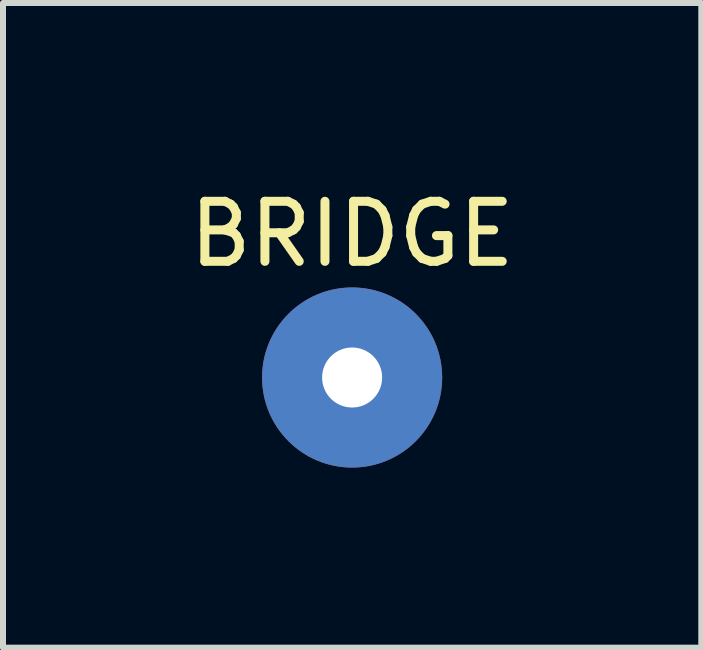
<source format=kicad_pcb>
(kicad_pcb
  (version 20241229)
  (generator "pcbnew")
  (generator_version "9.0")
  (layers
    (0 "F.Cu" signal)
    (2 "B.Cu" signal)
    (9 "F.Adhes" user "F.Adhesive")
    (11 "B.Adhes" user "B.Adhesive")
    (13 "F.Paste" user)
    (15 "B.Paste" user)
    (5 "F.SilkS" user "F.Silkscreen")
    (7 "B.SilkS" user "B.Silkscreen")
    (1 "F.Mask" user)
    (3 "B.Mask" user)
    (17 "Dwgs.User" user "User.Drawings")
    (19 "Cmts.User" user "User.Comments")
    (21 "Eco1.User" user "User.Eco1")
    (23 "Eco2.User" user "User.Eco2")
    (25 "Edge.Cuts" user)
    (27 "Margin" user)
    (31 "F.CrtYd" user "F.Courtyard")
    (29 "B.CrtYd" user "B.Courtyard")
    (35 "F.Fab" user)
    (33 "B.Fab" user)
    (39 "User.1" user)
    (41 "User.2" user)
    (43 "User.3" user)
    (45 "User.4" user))
  (footprint "BRIDGE"
    (layer "F.Cu")
    (at 2.815 3.238)
    (property "Reference" "BRIDGE" (at 0 -2.39 0) (layer "F.SilkS") (effects (font (size 1 1) (thickness 0.15))))
    (attr through_hole)
    (pad "1" thru_hole circle (at 0 0) (size 3 3) (drill 1) (layers "*.Cu" "*.Mask")))
  (gr_rect
    (start -3 -3)
    (end 8.631 7.738)
    (stroke (width 0.1) (type default))
    (fill no)
    (layer "Edge.Cuts")))
</source>
